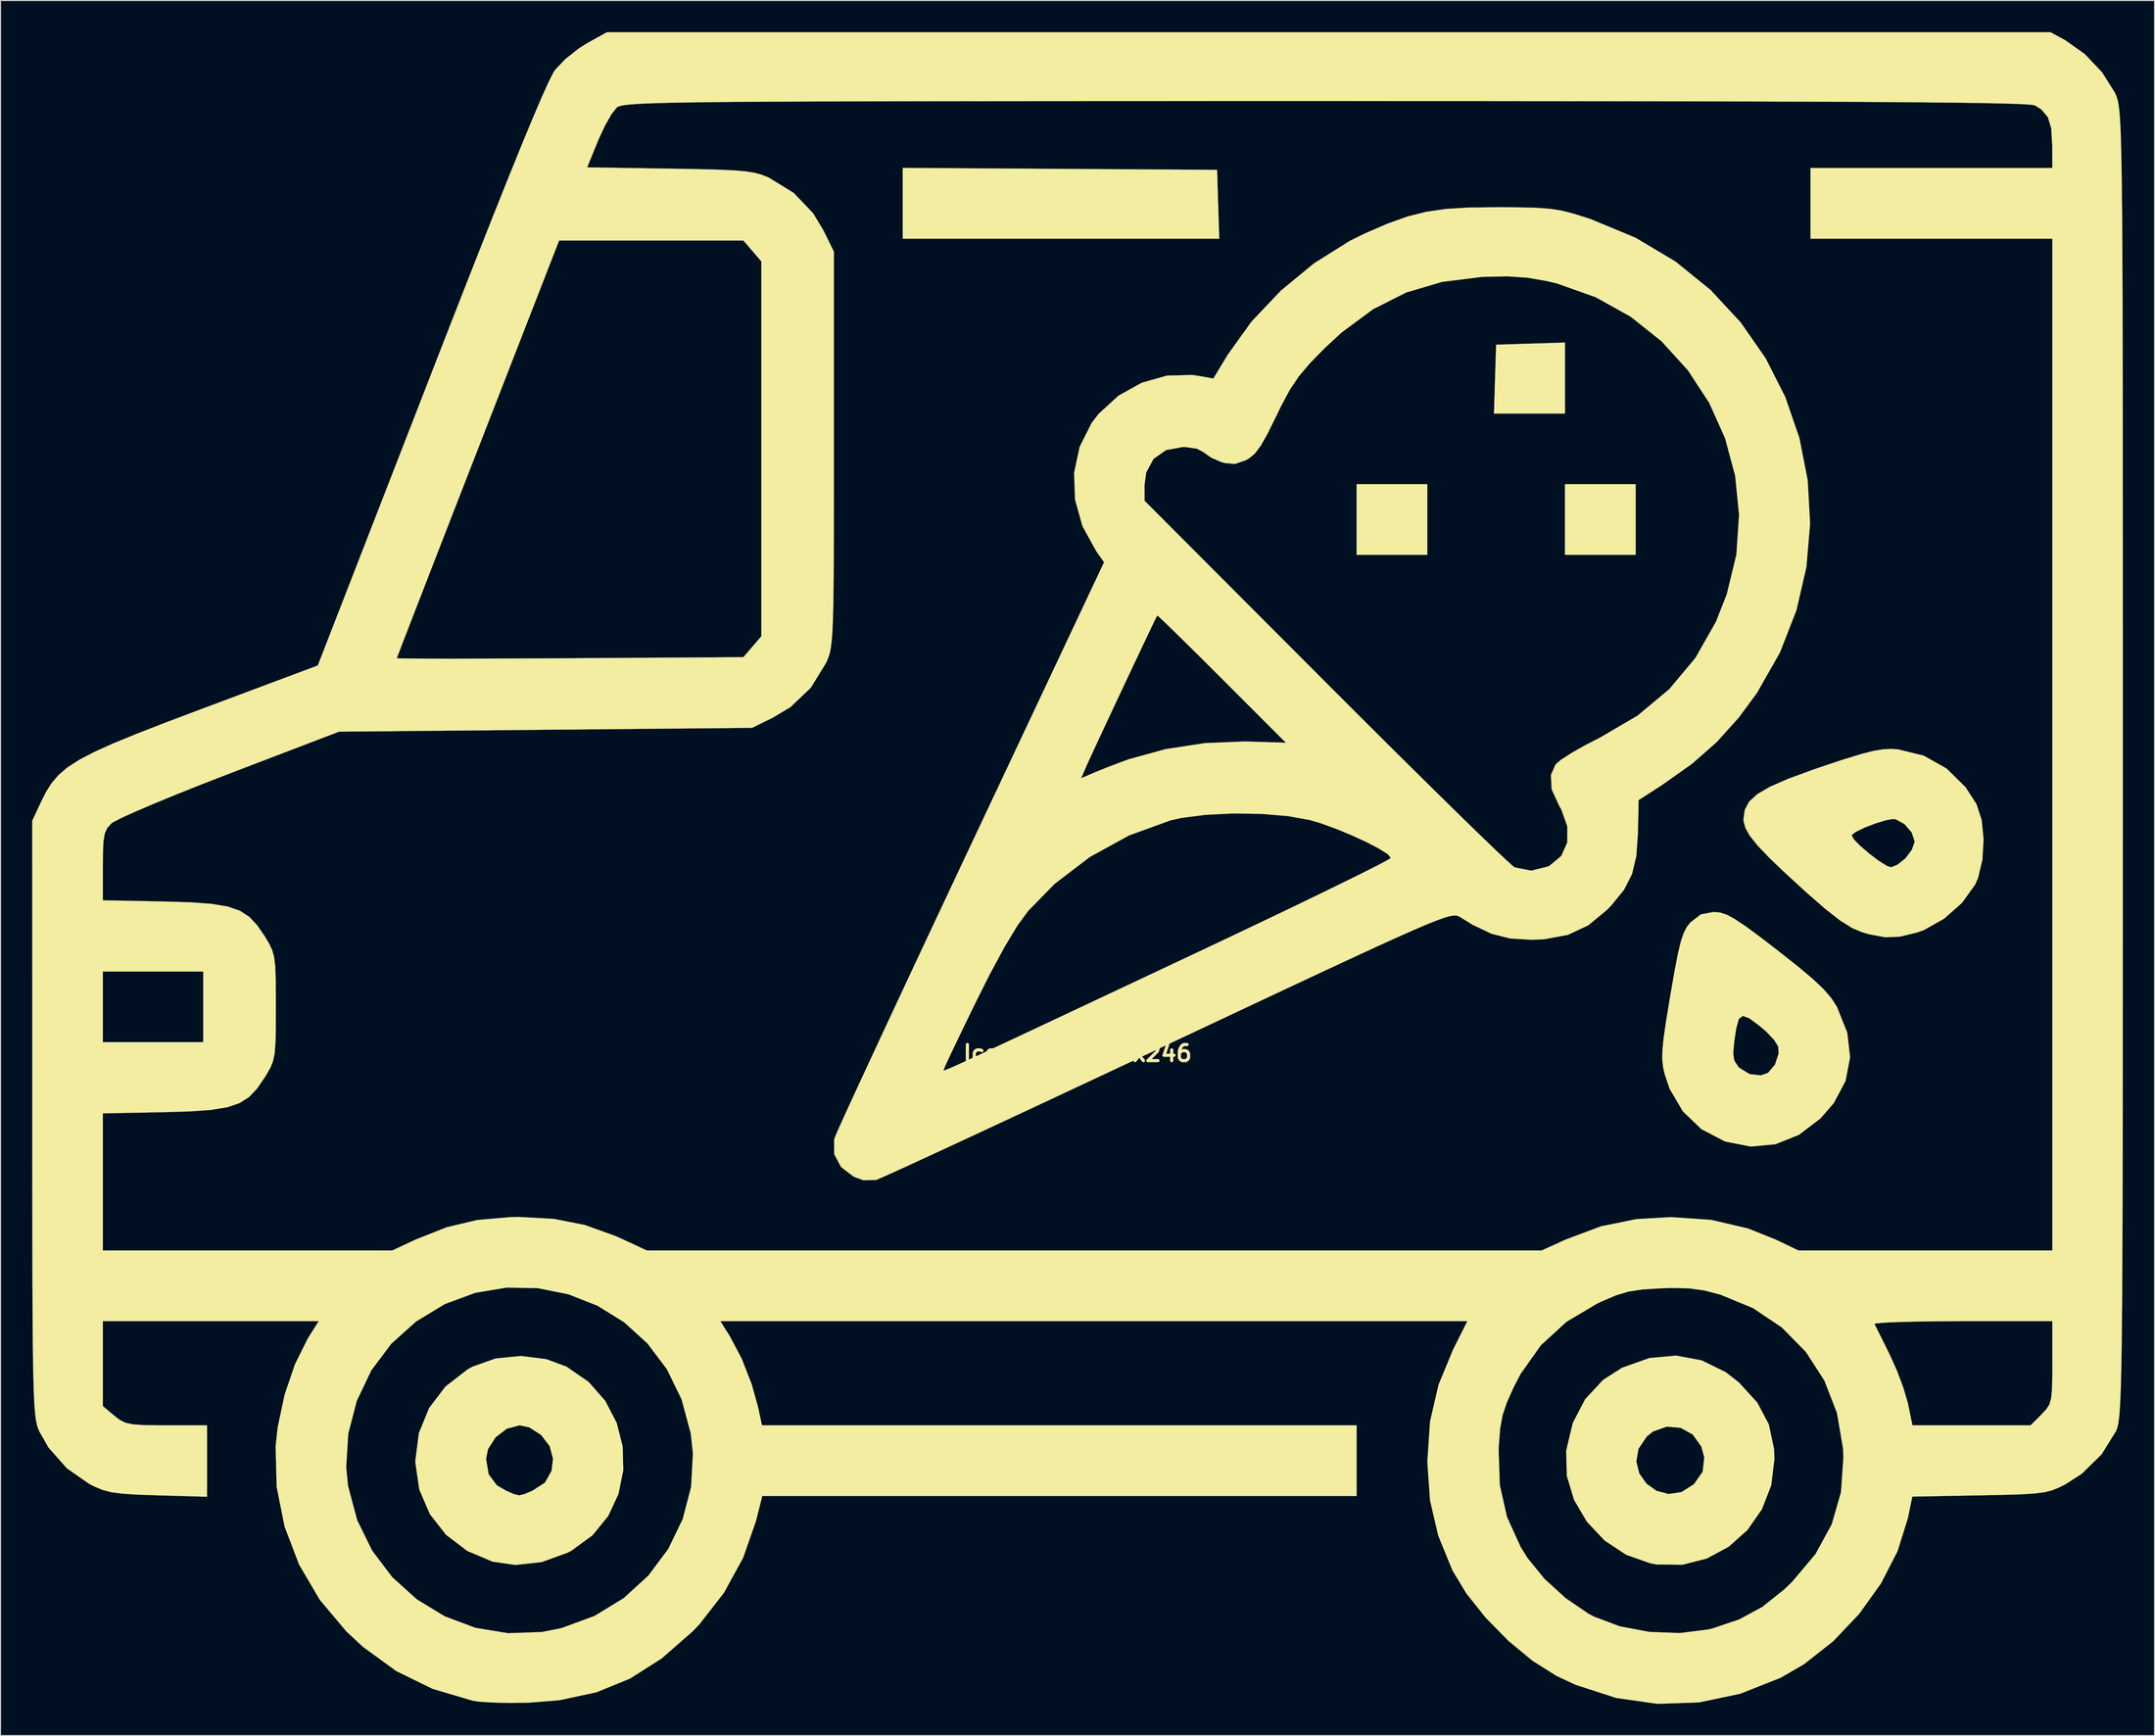
<source format=kicad_pcb>
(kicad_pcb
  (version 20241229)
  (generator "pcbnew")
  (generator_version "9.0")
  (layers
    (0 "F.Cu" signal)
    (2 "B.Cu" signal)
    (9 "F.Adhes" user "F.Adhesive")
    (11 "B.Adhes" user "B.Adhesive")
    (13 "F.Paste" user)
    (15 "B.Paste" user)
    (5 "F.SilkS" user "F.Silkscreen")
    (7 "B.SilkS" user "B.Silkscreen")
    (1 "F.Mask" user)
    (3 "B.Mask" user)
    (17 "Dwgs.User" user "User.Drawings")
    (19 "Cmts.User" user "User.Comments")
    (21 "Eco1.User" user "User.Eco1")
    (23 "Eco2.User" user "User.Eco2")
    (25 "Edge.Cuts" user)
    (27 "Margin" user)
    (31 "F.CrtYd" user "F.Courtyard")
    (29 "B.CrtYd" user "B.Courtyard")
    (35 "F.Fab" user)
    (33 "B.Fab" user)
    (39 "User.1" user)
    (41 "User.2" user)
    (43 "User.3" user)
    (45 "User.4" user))
  (footprint "IceCream_246x246"
    (layer "F.Cu")
    (at 99.129 96.843)
    (property "Reference" "IceCream_246x246" (at 0 0 0) (layer "F.SilkS") (effects (font (size 1.524 1.524) (thickness 0.3))))
    (attr through_hole)
    (fp_poly (pts (xy 33.161 -47.272) (xy 26.458 -47.272) (xy 26.458 -53.975) (xy 33.161 -53.975) (xy 33.161 -47.272)) (stroke (width 0.01) (type solid)) (fill yes) (layer "F.SilkS"))
    (fp_poly (pts (xy 52.917 -47.272) (xy 46.214 -47.272) (xy 46.214 -53.975) (xy 52.917 -53.975) (xy 52.917 -47.272)) (stroke (width 0.01) (type solid)) (fill yes) (layer "F.SilkS"))
    (fp_poly (pts (xy -1.676 -83.877) (xy 13.229 -83.785) (xy 13.432 -77.258) (xy -16.581 -77.258) (xy -16.581 -83.969) (xy -1.676 -83.877)) (stroke (width 0.01) (type solid)) (fill yes) (layer "F.SilkS"))
    (fp_poly (pts (xy 46.214 -60.678) (xy 39.485 -60.678) (xy 39.586 -63.941) (xy 39.688 -67.204) (xy 42.951 -67.306) (xy 46.214 -67.407) (xy 46.214 -60.678)) (stroke (width 0.01) (type solid)) (fill yes) (layer "F.SilkS"))
    (fp_poly (pts (xy 59.185 29.117) (xy 61.467 30.244) (xy 62.714 31.215) (xy 64.455 33.127) (xy 65.546 35.19) (xy 66.038 37.518) (xy 66.079 38.453) (xy 65.774 40.961) (xy 64.891 43.237) (xy 63.517 45.204) (xy 61.744 46.787) (xy 59.661 47.91) (xy 57.358 48.497) (xy 54.924 48.473) (xy 54.328 48.368) (xy 52.009 47.55) (xy 49.972 46.199) (xy 48.301 44.427) (xy 47.08 42.347) (xy 46.394 40.072) (xy 46.356 38.713) (xy 52.981 38.713) (xy 53.267 39.847) (xy 53.941 40.807) (xy 54.899 41.489) (xy 56.041 41.791) (xy 57.264 41.61) (xy 58.443 40.863) (xy 59.275 39.675) (xy 59.426 38.307) (xy 59.14 37.282) (xy 58.332 36.149) (xy 57.177 35.511) (xy 55.863 35.402) (xy 54.578 35.857) (xy 53.975 36.336) (xy 53.183 37.508) (xy 52.981 38.713) (xy 46.356 38.713) (xy 46.328 37.715) (xy 46.331 37.689) (xy 46.956 35.055) (xy 48.137 32.794) (xy 49.83 30.971) (xy 51.631 29.819) (xy 54.215 28.898) (xy 56.75 28.666) (xy 59.185 29.117)) (stroke (width 0.01) (type solid)) (fill yes) (layer "F.SilkS"))
    (fp_poly (pts (xy -50.372 29.004) (xy -48.458 29.716) (xy -46.364 31.161) (xy -44.779 32.972) (xy -43.703 35.046) (xy -43.137 37.277) (xy -43.082 39.562) (xy -43.539 41.797) (xy -44.508 43.877) (xy -45.989 45.699) (xy -47.985 47.158) (xy -48.341 47.346) (xy -50.818 48.249) (xy -53.313 48.518) (xy -55.456 48.207) (xy -57.876 47.189) (xy -59.89 45.652) (xy -61.426 43.683) (xy -62.417 41.375) (xy -62.793 38.816) (xy -62.794 38.639) (xy -62.77 38.449) (xy -56.092 38.449) (xy -55.845 39.922) (xy -55.07 40.962) (xy -54.212 41.466) (xy -53.416 41.812) (xy -52.938 41.92) (xy -52.439 41.792) (xy -51.699 41.481) (xy -50.498 40.708) (xy -49.873 39.58) (xy -49.742 38.449) (xy -50.059 37.246) (xy -50.877 36.184) (xy -51.991 35.467) (xy -52.917 35.278) (xy -54.121 35.595) (xy -55.184 36.412) (xy -55.902 37.525) (xy -56.092 38.449) (xy -62.77 38.449) (xy -62.46 36.018) (xy -61.491 33.644) (xy -59.943 31.605) (xy -57.87 29.992) (xy -57.375 29.716) (xy -55.183 28.939) (xy -52.77 28.701) (xy -50.372 29.004)) (stroke (width 0.01) (type solid)) (fill yes) (layer "F.SilkS"))
    (fp_poly (pts (xy 60.928 -13.352) (xy 61.543 -13.151) (xy 62.31 -12.741) (xy 63.328 -12.062) (xy 64.698 -11.053) (xy 66.383 -9.759) (xy 68.291 -8.252) (xy 69.711 -7.058) (xy 70.736 -6.086) (xy 71.46 -5.249) (xy 71.977 -4.456) (xy 72.019 -4.379) (xy 72.983 -1.963) (xy 73.25 0.377) (xy 72.822 2.614) (xy 71.704 4.722) (xy 70.437 6.181) (xy 68.4 7.727) (xy 66.178 8.619) (xy 63.841 8.84) (xy 61.459 8.374) (xy 61.343 8.333) (xy 59.162 7.194) (xy 57.41 5.522) (xy 56.148 3.382) (xy 55.677 2.002) (xy 55.52 1.301) (xy 55.443 0.582) (xy 55.453 -0.03) (xy 62.168 -0.03) (xy 62.268 0.688) (xy 62.626 1.236) (xy 62.765 1.382) (xy 63.732 1.973) (xy 64.807 2.089) (xy 65.476 1.847) (xy 66.131 1.072) (xy 66.472 0.028) (xy 66.444 -0.63) (xy 66.068 -1.248) (xy 65.304 -2.059) (xy 64.629 -2.636) (xy 63.687 -3.322) (xy 63.081 -3.552) (xy 62.706 -3.263) (xy 62.458 -2.389) (xy 62.276 -1.176) (xy 62.168 -0.03) (xy 55.453 -0.03) (xy 55.457 -0.286) (xy 55.571 -1.43) (xy 55.794 -2.982) (xy 56.135 -5.072) (xy 56.221 -5.583) (xy 56.608 -7.803) (xy 56.924 -9.44) (xy 57.204 -10.608) (xy 57.477 -11.421) (xy 57.776 -11.992) (xy 58.131 -12.435) (xy 59.118 -13.184) (xy 60.316 -13.405) (xy 60.363 -13.406) (xy 60.928 -13.352)) (stroke (width 0.01) (type solid)) (fill yes) (layer "F.SilkS"))
    (fp_poly (pts (xy 77.803 -28.825) (xy 80.226 -28.233) (xy 82.386 -27.02) (xy 84.19 -25.252) (xy 85.235 -23.636) (xy 85.725 -22.139) (xy 85.909 -20.285) (xy 85.794 -18.355) (xy 85.382 -16.625) (xy 85.109 -16.001) (xy 83.867 -14.275) (xy 82.17 -12.773) (xy 80.264 -11.697) (xy 79.591 -11.457) (xy 77.971 -11.067) (xy 76.6 -11.007) (xy 75.12 -11.278) (xy 74.369 -11.494) (xy 73.416 -11.899) (xy 72.298 -12.605) (xy 70.914 -13.685) (xy 69.163 -15.213) (xy 69.078 -15.289) (xy 67.078 -17.12) (xy 65.564 -18.572) (xy 64.474 -19.716) (xy 63.751 -20.62) (xy 63.713 -20.686) (xy 73.396 -20.686) (xy 73.601 -20.301) (xy 74.215 -19.672) (xy 75.06 -18.947) (xy 75.955 -18.27) (xy 76.723 -17.787) (xy 77.136 -17.639) (xy 77.715 -17.872) (xy 78.443 -18.44) (xy 78.509 -18.505) (xy 79.105 -19.3) (xy 79.374 -20.052) (xy 79.375 -20.092) (xy 79.094 -20.946) (xy 78.418 -21.734) (xy 77.599 -22.191) (xy 77.347 -22.225) (xy 76.626 -22.103) (xy 75.637 -21.797) (xy 74.613 -21.4) (xy 73.789 -21.003) (xy 73.399 -20.697) (xy 73.396 -20.686) (xy 63.713 -20.686) (xy 63.332 -21.356) (xy 63.16 -21.992) (xy 63.147 -22.232) (xy 63.267 -23.101) (xy 63.677 -23.867) (xy 64.452 -24.579) (xy 65.666 -25.287) (xy 67.395 -26.041) (xy 69.714 -26.892) (xy 70.527 -27.171) (xy 72.658 -27.88) (xy 74.26 -28.374) (xy 75.465 -28.683) (xy 76.406 -28.837) (xy 77.215 -28.866) (xy 77.803 -28.825)) (stroke (width 0.01) (type solid)) (fill yes) (layer "F.SilkS"))
    (fp_poly (pts (xy 39.864 -80.24) (xy 41.994 -80.225) (xy 43.594 -80.182) (xy 44.839 -80.086) (xy 45.904 -79.916) (xy 46.966 -79.649) (xy 48.199 -79.263) (xy 48.683 -79.102) (xy 52.907 -77.347) (xy 56.693 -75.091) (xy 60.024 -72.393) (xy 62.881 -69.312) (xy 65.248 -65.907) (xy 67.107 -62.239) (xy 68.441 -58.367) (xy 69.23 -54.349) (xy 69.459 -50.246) (xy 69.109 -46.117) (xy 68.163 -42.021) (xy 66.603 -38.017) (xy 64.411 -34.166) (xy 62.702 -31.849) (xy 60.608 -29.523) (xy 58.265 -27.462) (xy 55.452 -25.47) (xy 55.417 -25.447) (xy 53.196 -24.012) (xy 53.135 -20.914) (xy 52.985 -18.725) (xy 52.574 -16.997) (xy 51.811 -15.505) (xy 50.607 -14.026) (xy 50.217 -13.622) (xy 48.434 -12.147) (xy 46.493 -11.235) (xy 44.22 -10.816) (xy 43.039 -10.77) (xy 41.018 -10.895) (xy 39.242 -11.343) (xy 37.442 -12.201) (xy 36.316 -12.896) (xy 36.146 -12.996) (xy 35.949 -13.061) (xy 35.684 -13.072) (xy 35.31 -13.013) (xy 34.784 -12.864) (xy 34.064 -12.607) (xy 33.111 -12.226) (xy 31.881 -11.7) (xy 30.333 -11.013) (xy 28.427 -10.147) (xy 26.119 -9.083) (xy 23.368 -7.803) (xy 20.134 -6.289) (xy 16.374 -4.524) (xy 12.046 -2.488) (xy 8.623 -0.877) (xy 4.523 1.05) (xy 0.592 2.894) (xy -3.12 4.633) (xy -6.566 6.242) (xy -9.697 7.7) (xy -12.463 8.985) (xy -14.816 10.072) (xy -16.707 10.94) (xy -18.088 11.566) (xy -18.908 11.927) (xy -19.113 12.007) (xy -20.325 12.033) (xy -21.229 11.698) (xy -22.43 10.779) (xy -23.072 9.571) (xy -23.086 8.215) (xy -23.02 7.975) (xy -22.818 7.493) (xy -22.338 6.423) (xy -21.603 4.813) (xy -20.634 2.714) (xy -20.113 1.59) (xy -12.708 1.59) (xy -12.703 1.619) (xy -12.643 1.617) (xy -12.484 1.565) (xy -12.185 1.443) (xy -11.701 1.231) (xy -10.992 0.91) (xy -10.013 0.459) (xy -8.722 -0.141) (xy -7.076 -0.911) (xy -5.033 -1.869) (xy -2.55 -3.035) (xy 0.417 -4.43) (xy 3.909 -6.073) (xy 7.969 -7.983) (xy 10.88 -9.353) (xy 14.283 -10.96) (xy 17.489 -12.484) (xy 20.441 -13.897) (xy 23.084 -15.174) (xy 25.362 -16.286) (xy 27.22 -17.206) (xy 28.6 -17.908) (xy 29.448 -18.363) (xy 29.71 -18.54) (xy 29.41 -18.891) (xy 28.591 -19.411) (xy 27.397 -20.033) (xy 25.972 -20.689) (xy 24.462 -21.312) (xy 23.011 -21.834) (xy 22.049 -22.119) (xy 19.957 -22.498) (xy 17.451 -22.708) (xy 14.773 -22.75) (xy 12.163 -22.623) (xy 9.864 -22.328) (xy 8.819 -22.094) (xy 4.886 -20.668) (xy 1.172 -18.629) (xy -2.187 -16.063) (xy -4.707 -13.483) (xy -5.717 -12.094) (xy -6.941 -10.065) (xy -8.364 -7.423) (xy -9.557 -5.046) (xy -10.509 -3.094) (xy -11.345 -1.364) (xy -12.018 0.048) (xy -12.483 1.042) (xy -12.693 1.523) (xy -12.7 1.55) (xy -12.708 1.59) (xy -20.113 1.59) (xy -19.456 0.173) (xy -18.091 -2.76) (xy -16.562 -6.035) (xy -14.892 -9.604) (xy -13.103 -13.416) (xy -11.22 -17.423) (xy -10.079 -19.847) (xy -7.138 -26.089) (xy 0.337 -26.089) (xy 1.668 -26.661) (xy 2.796 -27.118) (xy 4.181 -27.643) (xy 4.899 -27.902) (xy 8.331 -28.847) (xy 12.082 -29.42) (xy 15.846 -29.578) (xy 16.236 -29.568) (xy 19.751 -29.457) (xy 13.685 -35.53) (xy 12.002 -37.208) (xy 10.494 -38.702) (xy 9.228 -39.946) (xy 8.272 -40.872) (xy 7.696 -41.413) (xy 7.554 -41.527) (xy 7.385 -41.192) (xy 6.97 -40.33) (xy 6.362 -39.051) (xy 5.612 -37.468) (xy 4.775 -35.692) (xy 3.901 -33.834) (xy 3.044 -32.006) (xy 2.256 -30.32) (xy 1.589 -28.887) (xy 1.096 -27.819) (xy 0.837 -27.244) (xy 0.337 -26.089) (xy -7.138 -26.089) (xy 2.512 -46.574) (xy 1.78 -47.603) (xy 0.463 -49.99) (xy -0.239 -52.513) (xy -0.288 -53.922) (xy 6.35 -53.922) (xy 6.35 -52.404) (xy 23.548 -35.168) (xy 26.445 -32.271) (xy 29.208 -29.517) (xy 31.797 -26.95) (xy 34.168 -24.609) (xy 36.279 -22.537) (xy 38.088 -20.775) (xy 39.553 -19.363) (xy 40.632 -18.344) (xy 41.282 -17.759) (xy 41.451 -17.631) (xy 43.02 -17.327) (xy 44.601 -17.714) (xy 44.752 -17.789) (xy 45.863 -18.717) (xy 46.434 -19.998) (xy 46.443 -21.507) (xy 45.871 -23.12) (xy 45.676 -23.46) (xy 44.954 -25.037) (xy 44.883 -26.395) (xy 45.321 -27.394) (xy 45.837 -27.841) (xy 46.843 -28.489) (xy 48.186 -29.249) (xy 49.512 -29.927) (xy 53.091 -32.02) (xy 56.108 -34.536) (xy 58.58 -37.492) (xy 60.522 -40.908) (xy 61.553 -43.515) (xy 62.471 -47.298) (xy 62.725 -51.075) (xy 62.353 -54.779) (xy 61.394 -58.344) (xy 59.886 -61.7) (xy 57.869 -64.782) (xy 55.379 -67.521) (xy 52.457 -69.85) (xy 49.14 -71.701) (xy 45.468 -73.007) (xy 44.584 -73.222) (xy 42.689 -73.556) (xy 40.761 -73.688) (xy 38.485 -73.639) (xy 38.309 -73.63) (xy 34.561 -73.16) (xy 31.168 -72.157) (xy 28.026 -70.572) (xy 25.027 -68.356) (xy 23.414 -66.864) (xy 22.012 -65.426) (xy 20.975 -64.197) (xy 20.128 -62.932) (xy 19.297 -61.384) (xy 18.828 -60.418) (xy 18.007 -58.752) (xy 17.362 -57.614) (xy 16.808 -56.878) (xy 16.255 -56.418) (xy 15.95 -56.25) (xy 14.929 -55.897) (xy 13.97 -55.975) (xy 13.597 -56.087) (xy 12.665 -56.495) (xy 12.01 -56.957) (xy 11.979 -56.992) (xy 11.321 -57.34) (xy 10.205 -57.499) (xy 9.984 -57.503) (xy 8.386 -57.208) (xy 7.2 -56.375) (xy 6.504 -55.082) (xy 6.35 -53.922) (xy -0.288 -53.922) (xy -0.328 -55.059) (xy 0.196 -57.517) (xy 1.329 -59.774) (xy 1.989 -60.639) (xy 3.872 -62.363) (xy 6.081 -63.593) (xy 8.46 -64.27) (xy 10.857 -64.335) (xy 11.351 -64.264) (xy 12.876 -63.998) (xy 14.242 -66.257) (xy 16.487 -69.386) (xy 19.271 -72.324) (xy 22.429 -74.924) (xy 25.798 -77.041) (xy 27.22 -77.744) (xy 29.38 -78.676) (xy 31.253 -79.35) (xy 33.036 -79.804) (xy 34.928 -80.078) (xy 37.125 -80.21) (xy 39.825 -80.24) (xy 39.864 -80.24)) (stroke (width 0.01) (type solid)) (fill yes) (layer "F.SilkS"))
    (fp_poly (pts (xy 93.662 -96.074) (xy 95.502 -94.768) (xy 97.143 -93.037) (xy 98.342 -91.138) (xy 98.398 -91.017) (xy 98.488 -90.81) (xy 98.57 -90.586) (xy 98.644 -90.311) (xy 98.711 -89.956) (xy 98.772 -89.487) (xy 98.826 -88.873) (xy 98.874 -88.084) (xy 98.917 -87.087) (xy 98.954 -85.851) (xy 98.986 -84.344) (xy 99.014 -82.535) (xy 99.037 -80.392) (xy 99.057 -77.884) (xy 99.073 -74.978) (xy 99.085 -71.645) (xy 99.095 -67.852) (xy 99.103 -63.567) (xy 99.108 -58.759) (xy 99.111 -53.396) (xy 99.114 -47.447) (xy 99.115 -40.881) (xy 99.115 -33.665) (xy 99.115 -27.517) (xy 99.115 -19.758) (xy 99.114 -12.674) (xy 99.112 -6.233) (xy 99.109 -0.403) (xy 99.104 4.847) (xy 99.098 9.549) (xy 99.089 13.734) (xy 99.077 17.433) (xy 99.063 20.678) (xy 99.045 23.5) (xy 99.024 25.931) (xy 98.999 28.002) (xy 98.97 29.745) (xy 98.936 31.19) (xy 98.897 32.37) (xy 98.853 33.315) (xy 98.804 34.058) (xy 98.749 34.63) (xy 98.688 35.061) (xy 98.62 35.384) (xy 98.545 35.63) (xy 98.464 35.83) (xy 98.464 35.83) (xy 97.1 38.025) (xy 95.218 39.871) (xy 93.694 40.855) (xy 93.022 41.193) (xy 92.395 41.442) (xy 91.689 41.618) (xy 90.779 41.737) (xy 89.54 41.816) (xy 87.848 41.871) (xy 85.578 41.917) (xy 85.525 41.918) (xy 79.152 42.035) (xy 78.725 44.102) (xy 77.755 47.204) (xy 76.185 50.264) (xy 74.116 53.156) (xy 71.648 55.754) (xy 68.882 57.932) (xy 66.671 59.214) (xy 62.835 60.732) (xy 58.922 61.556) (xy 54.981 61.689) (xy 51.061 61.13) (xy 47.213 59.88) (xy 45.402 59.033) (xy 43.15 57.613) (xy 40.858 55.718) (xy 38.705 53.528) (xy 36.867 51.222) (xy 35.548 49.036) (xy 34.199 45.734) (xy 33.424 42.407) (xy 33.167 38.802) (xy 33.166 38.699) (xy 33.239 37.625) (xy 39.924 37.625) (xy 40.039 40.96) (xy 40.719 43.969) (xy 42.003 46.795) (xy 42.683 47.89) (xy 44.269 49.834) (xy 46.275 51.663) (xy 48.429 53.135) (xy 48.941 53.41) (xy 51.412 54.339) (xy 54.224 54.87) (xy 57.115 54.977) (xy 59.827 54.633) (xy 60.235 54.532) (xy 62.759 53.677) (xy 64.933 52.496) (xy 67.004 50.844) (xy 67.76 50.117) (xy 69.974 47.484) (xy 71.513 44.664) (xy 72.39 41.619) (xy 72.62 38.313) (xy 72.577 37.433) (xy 72.005 34.093) (xy 70.813 31.029) (xy 69.054 28.307) (xy 66.78 25.996) (xy 66.287 25.665) (xy 75.566 25.665) (xy 75.774 26.084) (xy 76.214 26.969) (xy 76.802 28.153) (xy 77.011 28.574) (xy 77.708 30.129) (xy 78.318 31.76) (xy 78.72 33.138) (xy 78.744 33.248) (xy 79.163 35.278) (xy 90.365 35.278) (xy 91.397 34.247) (xy 91.846 33.771) (xy 92.142 33.315) (xy 92.315 32.725) (xy 92.399 31.843) (xy 92.426 30.515) (xy 92.428 29.308) (xy 92.428 25.4) (xy 83.932 25.4) (xy 81.577 25.41) (xy 79.483 25.44) (xy 77.745 25.485) (xy 76.456 25.543) (xy 75.712 25.612) (xy 75.566 25.665) (xy 66.287 25.665) (xy 64.047 24.161) (xy 60.962 22.886) (xy 59.443 22.49) (xy 58.001 22.289) (xy 56.33 22.251) (xy 55.263 22.285) (xy 53.551 22.394) (xy 52.248 22.59) (xy 51.058 22.947) (xy 49.684 23.534) (xy 49.278 23.725) (xy 46.348 25.466) (xy 43.941 27.673) (xy 42.016 30.386) (xy 41.364 31.639) (xy 40.708 33.104) (xy 40.301 34.313) (xy 40.071 35.56) (xy 39.947 37.142) (xy 39.924 37.625) (xy 33.239 37.625) (xy 33.422 34.913) (xy 34.231 31.422) (xy 35.607 28.092) (xy 36.96 25.4) (xy -33.876 25.4) (xy -32.983 26.814) (xy -31.856 28.941) (xy -30.893 31.403) (xy -30.295 33.563) (xy -29.928 35.278) (xy 26.458 35.278) (xy 26.458 41.981) (xy -29.9 41.981) (xy -30.497 44.355) (xy -31.714 47.84) (xy -33.536 51.163) (xy -35.862 54.149) (xy -36.527 54.839) (xy -39.45 57.395) (xy -42.448 59.298) (xy -45.64 60.599) (xy -49.141 61.348) (xy -52.035 61.579) (xy -53.785 61.604) (xy -55.423 61.57) (xy -56.731 61.485) (xy -57.33 61.4) (xy -61.154 60.27) (xy -64.597 58.585) (xy -67.757 56.289) (xy -69.33 54.829) (xy -71.853 51.829) (xy -73.818 48.48) (xy -75.193 44.878) (xy -75.945 41.118) (xy -75.993 39.261) (xy -69.353 39.261) (xy -69.172 41.05) (xy -68.31 44.27) (xy -66.889 47.164) (xy -64.982 49.682) (xy -62.665 51.774) (xy -60.013 53.39) (xy -57.103 54.479) (xy -54.008 54.992) (xy -50.805 54.879) (xy -48.928 54.507) (xy -45.805 53.356) (xy -43.042 51.668) (xy -40.692 49.522) (xy -38.808 46.996) (xy -37.442 44.17) (xy -36.646 41.122) (xy -36.473 37.931) (xy -36.673 36.077) (xy -37.542 32.824) (xy -38.939 29.96) (xy -40.787 27.508) (xy -43.011 25.49) (xy -45.535 23.929) (xy -48.284 22.848) (xy -51.181 22.269) (xy -54.15 22.216) (xy -57.116 22.712) (xy -60.004 23.779) (xy -62.736 25.439) (xy -65.069 27.533) (xy -66.971 30.064) (xy -68.35 32.962) (xy -69.159 36.077) (xy -69.353 39.261) (xy -75.993 39.261) (xy -76.044 37.293) (xy -75.847 35.447) (xy -75.192 32.383) (xy -74.215 29.505) (xy -72.999 27.054) (xy -72.877 26.856) (xy -71.958 25.4) (xy -92.428 25.4) (xy -92.428 33.451) (xy -91.342 34.364) (xy -90.818 34.768) (xy -90.288 35.032) (xy -89.59 35.184) (xy -88.564 35.256) (xy -87.048 35.277) (xy -86.403 35.278) (xy -82.55 35.278) (xy -82.55 42.05) (xy -87.224 41.916) (xy -89.188 41.848) (xy -90.608 41.756) (xy -91.649 41.615) (xy -92.473 41.396) (xy -93.242 41.074) (xy -93.694 40.846) (xy -95.834 39.357) (xy -97.576 37.389) (xy -98.464 35.83) (xy -98.582 35.54) (xy -98.686 35.194) (xy -98.775 34.746) (xy -98.851 34.146) (xy -98.914 33.348) (xy -98.967 32.304) (xy -99.01 30.965) (xy -99.044 29.284) (xy -99.07 27.213) (xy -99.089 24.704) (xy -99.102 21.709) (xy -99.111 18.181) (xy -99.116 14.072) (xy -99.119 9.334) (xy -99.119 6.174) (xy -99.121 -7.761) (xy -92.428 -7.761) (xy -92.428 -1.058) (xy -82.903 -1.058) (xy -82.903 -7.761) (xy -92.428 -7.761) (xy -99.121 -7.761) (xy -99.123 -17.778) (xy -92.428 -17.778) (xy -92.428 -14.511) (xy -86.695 -14.399) (xy -84.104 -14.321) (xy -82.106 -14.175) (xy -80.587 -13.922) (xy -79.436 -13.524) (xy -78.539 -12.942) (xy -77.785 -12.139) (xy -77.082 -11.108) (xy -76.665 -10.414) (xy -76.375 -9.807) (xy -76.189 -9.142) (xy -76.084 -8.271) (xy -76.037 -7.049) (xy -76.024 -5.329) (xy -76.024 -4.41) (xy -76.028 -2.434) (xy -76.058 -1.018) (xy -76.136 -0.015) (xy -76.284 0.72) (xy -76.527 1.334) (xy -76.887 1.973) (xy -77.082 2.289) (xy -77.806 3.345) (xy -78.562 4.142) (xy -79.464 4.718) (xy -80.624 5.111) (xy -82.155 5.361) (xy -84.169 5.505) (xy -86.695 5.58) (xy -92.428 5.692) (xy -92.428 18.697) (xy -64.99 18.697) (xy -62.746 17.652) (xy -59.805 16.488) (xy -56.909 15.803) (xy -53.761 15.532) (xy -52.917 15.522) (xy -49.662 15.7) (xy -46.732 16.278) (xy -43.829 17.319) (xy -43.087 17.652) (xy -40.843 18.697) (xy 44 18.697) (xy 46.344 17.634) (xy 49.65 16.401) (xy 53.001 15.72) (xy 56.268 15.533) (xy 60.085 15.796) (xy 63.57 16.608) (xy 66.165 17.648) (xy 68.363 18.697) (xy 92.428 18.697) (xy 92.428 -77.258) (xy 69.497 -77.258) (xy 69.497 -83.961) (xy 92.428 -83.961) (xy 92.417 -86.166) (xy 92.323 -87.73) (xy 92.006 -88.784) (xy 91.388 -89.511) (xy 90.775 -89.901) (xy 90.495 -89.954) (xy 89.847 -90.002) (xy 88.81 -90.047) (xy 87.362 -90.087) (xy 85.483 -90.124) (xy 83.149 -90.157) (xy 80.341 -90.186) (xy 77.037 -90.212) (xy 73.215 -90.235) (xy 68.854 -90.254) (xy 63.932 -90.271) (xy 58.428 -90.284) (xy 52.321 -90.294) (xy 45.589 -90.302) (xy 38.21 -90.308) (xy 30.164 -90.31) (xy 23.522 -90.311) (xy 15.464 -90.311) (xy 8.082 -90.31) (xy 1.346 -90.308) (xy -4.774 -90.305) (xy -10.308 -90.3) (xy -15.286 -90.294) (xy -19.738 -90.285) (xy -23.693 -90.275) (xy -27.181 -90.261) (xy -30.233 -90.245) (xy -32.878 -90.226) (xy -35.146 -90.203) (xy -37.066 -90.176) (xy -38.67 -90.146) (xy -39.985 -90.111) (xy -41.044 -90.072) (xy -41.874 -90.027) (xy -42.507 -89.978) (xy -42.972 -89.924) (xy -43.299 -89.864) (xy -43.517 -89.798) (xy -43.658 -89.725) (xy -43.7 -89.694) (xy -44.191 -89.072) (xy -44.8 -88.004) (xy -45.404 -86.708) (xy -45.471 -86.548) (xy -46.503 -84.019) (xy -38.685 -83.9) (xy -36.09 -83.855) (xy -34.094 -83.803) (xy -32.591 -83.734) (xy -31.475 -83.639) (xy -30.641 -83.508) (xy -29.981 -83.331) (xy -29.391 -83.098) (xy -29.263 -83.04) (xy -26.915 -81.598) (xy -25.079 -79.671) (xy -24.091 -78.028) (xy -23.107 -76.024) (xy -23.107 -57.326) (xy -23.108 -53.215) (xy -23.111 -49.748) (xy -23.12 -46.865) (xy -23.136 -44.504) (xy -23.162 -42.606) (xy -23.199 -41.109) (xy -23.251 -39.952) (xy -23.319 -39.074) (xy -23.405 -38.415) (xy -23.512 -37.913) (xy -23.642 -37.507) (xy -23.797 -37.138) (xy -23.85 -37.024) (xy -25.295 -34.675) (xy -27.223 -32.838) (xy -28.864 -31.852) (xy -30.868 -30.868) (xy -50.447 -30.688) (xy -70.026 -30.508) (xy -80.422 -26.533) (xy -83.014 -25.527) (xy -85.421 -24.567) (xy -87.557 -23.689) (xy -89.333 -22.929) (xy -90.663 -22.326) (xy -91.459 -21.915) (xy -91.622 -21.8) (xy -92.006 -21.373) (xy -92.245 -20.856) (xy -92.372 -20.081) (xy -92.421 -18.88) (xy -92.428 -17.778) (xy -99.123 -17.778) (xy -99.124 -22.049) (xy -98.296 -23.826) (xy -97.809 -24.794) (xy -97.277 -25.637) (xy -96.629 -26.394) (xy -95.797 -27.105) (xy -94.712 -27.81) (xy -93.305 -28.55) (xy -91.508 -29.363) (xy -89.251 -30.291) (xy -86.466 -31.374) (xy -83.114 -32.638) (xy -72.044 -36.783) (xy -71.777 -37.469) (xy -64.553 -37.469) (xy -64.213 -37.451) (xy -63.236 -37.438) (xy -61.692 -37.43) (xy -59.651 -37.427) (xy -57.18 -37.43) (xy -54.35 -37.438) (xy -51.229 -37.452) (xy -48.123 -37.469) (xy -31.688 -37.571) (xy -30.837 -38.561) (xy -29.986 -39.55) (xy -29.986 -75.102) (xy -30.837 -76.092) (xy -31.688 -77.082) (xy -49.161 -77.082) (xy -56.854 -57.326) (xy -58.232 -53.787) (xy -59.531 -50.447) (xy -60.729 -47.364) (xy -61.803 -44.596) (xy -62.733 -42.199) (xy -63.494 -40.231) (xy -64.066 -38.748) (xy -64.426 -37.809) (xy -64.553 -37.469) (xy -64.553 -37.469) (xy -71.777 -37.469) (xy -61.346 -64.301) (xy -59.162 -69.907) (xy -57.217 -74.868) (xy -55.505 -79.201) (xy -54.018 -82.923) (xy -52.751 -86.051) (xy -51.697 -88.6) (xy -50.848 -90.589) (xy -50.198 -92.032) (xy -49.74 -92.948) (xy -49.535 -93.277) (xy -48.571 -94.287) (xy -47.31 -95.29) (xy -46.524 -95.786) (xy -44.626 -96.838) (xy 92.251 -96.838) (xy 93.662 -96.074)) (stroke (width 0.01) (type solid)) (fill yes) (layer "F.SilkS")))
  (gr_rect
    (start -3 -3)
    (end 201.249 161.537)
    (stroke (width 0.1) (type default))
    (fill no)
    (layer "Edge.Cuts")))
</source>
